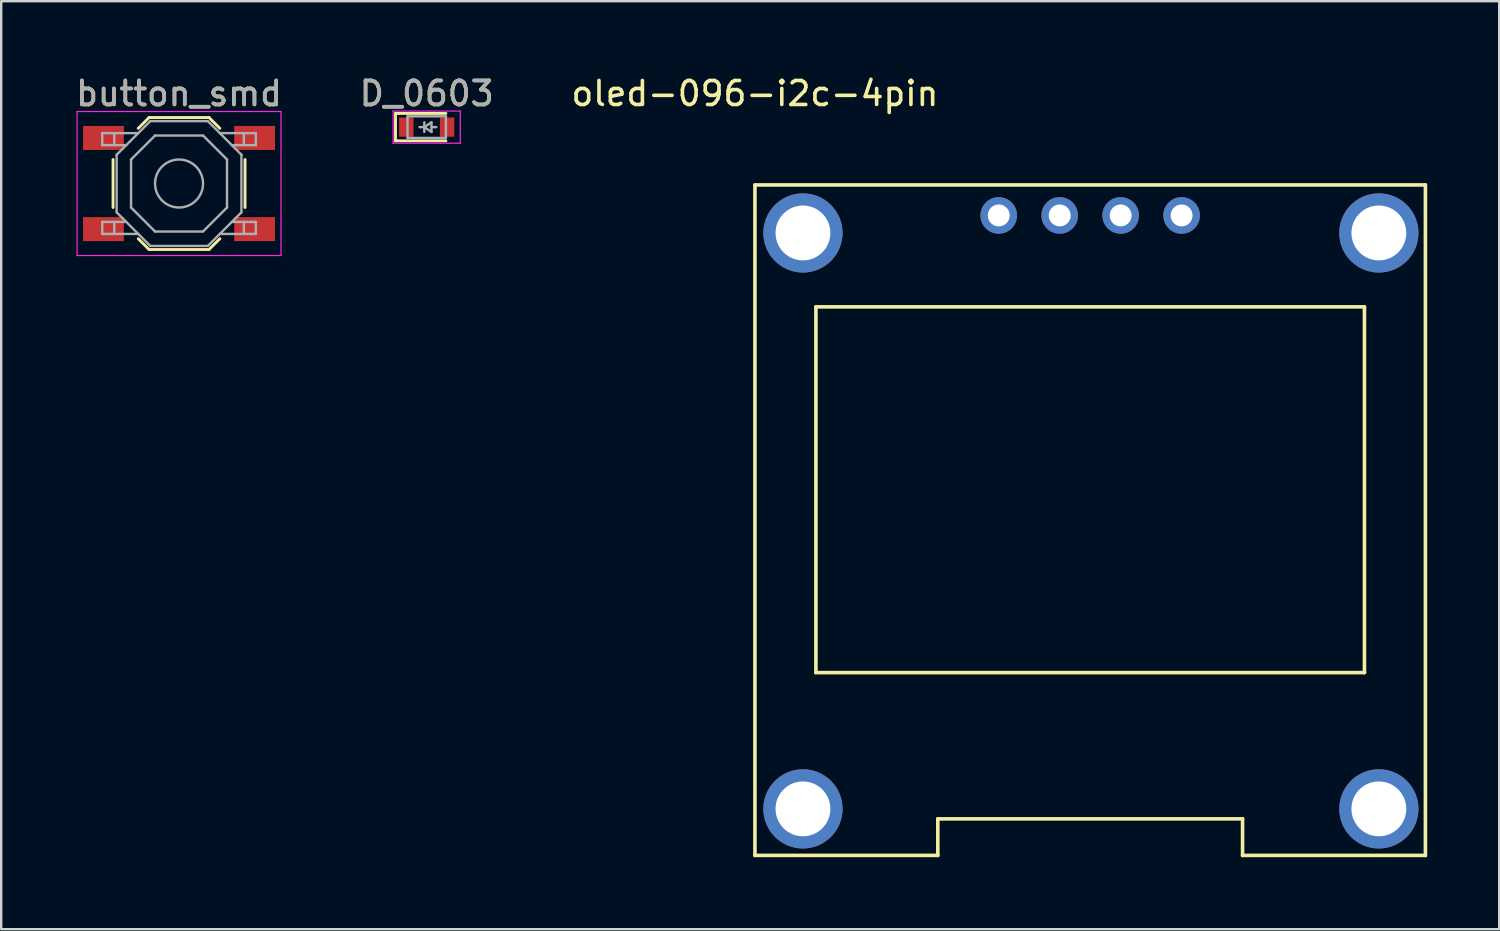
<source format=kicad_pcb>
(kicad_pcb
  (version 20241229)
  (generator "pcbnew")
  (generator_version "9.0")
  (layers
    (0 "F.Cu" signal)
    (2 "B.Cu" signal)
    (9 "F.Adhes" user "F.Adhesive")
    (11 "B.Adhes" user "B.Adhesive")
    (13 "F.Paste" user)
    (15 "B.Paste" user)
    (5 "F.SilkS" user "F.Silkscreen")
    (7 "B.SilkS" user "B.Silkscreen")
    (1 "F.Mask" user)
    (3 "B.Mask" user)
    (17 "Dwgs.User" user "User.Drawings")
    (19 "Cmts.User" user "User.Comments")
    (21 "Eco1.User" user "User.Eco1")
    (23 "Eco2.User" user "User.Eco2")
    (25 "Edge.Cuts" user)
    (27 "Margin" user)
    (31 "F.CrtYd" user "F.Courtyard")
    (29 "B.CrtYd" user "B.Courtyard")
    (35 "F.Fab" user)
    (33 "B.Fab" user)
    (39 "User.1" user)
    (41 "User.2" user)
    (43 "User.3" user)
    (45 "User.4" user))
  (footprint "button_smd"
    (layer "F.Cu")
    (at 4.411 4.598)
    (property "Reference" "button_smd" (at 0 -3.75 0) (layer "F.SilkS") (effects (font (size 1 1) (thickness 0.15))))
    (attr smd)
    (fp_line (start -2.75 -1) (end -2.75 1) (stroke (width 0.12) (type solid)) (layer "F.SilkS"))
    (fp_line (start -1.7 -2.3) (end -1.25 -2.75) (stroke (width 0.12) (type solid)) (layer "F.SilkS"))
    (fp_line (start -1.7 2.3) (end -1.25 2.75) (stroke (width 0.12) (type solid)) (layer "F.SilkS"))
    (fp_line (start -1.25 -2.75) (end 1.25 -2.75) (stroke (width 0.12) (type solid)) (layer "F.SilkS"))
    (fp_line (start -1.25 2.75) (end 1.25 2.75) (stroke (width 0.12) (type solid)) (layer "F.SilkS"))
    (fp_line (start 1.7 -2.3) (end 1.25 -2.75) (stroke (width 0.12) (type solid)) (layer "F.SilkS"))
    (fp_line (start 1.7 2.3) (end 1.25 2.75) (stroke (width 0.12) (type solid)) (layer "F.SilkS"))
    (fp_line (start 2.75 -1) (end 2.75 1) (stroke (width 0.12) (type solid)) (layer "F.SilkS"))
    (fp_line (start -4.25 -3) (end 4.25 -3) (stroke (width 0.05) (type solid)) (layer "F.CrtYd"))
    (fp_line (start -4.25 3) (end -4.25 -3) (stroke (width 0.05) (type solid)) (layer "F.CrtYd"))
    (fp_line (start 4.25 -3) (end 4.25 3) (stroke (width 0.05) (type solid)) (layer "F.CrtYd"))
    (fp_line (start 4.25 3) (end -4.25 3) (stroke (width 0.05) (type solid)) (layer "F.CrtYd"))
    (fp_line (start -3.2 -2.1) (end -3.2 -1.6) (stroke (width 0.1) (type solid)) (layer "F.Fab"))
    (fp_line (start -3.2 -1.6) (end -2.2 -1.6) (stroke (width 0.1) (type solid)) (layer "F.Fab"))
    (fp_line (start -3.2 1.6) (end -2.2 1.6) (stroke (width 0.1) (type solid)) (layer "F.Fab"))
    (fp_line (start -3.2 2.1) (end -3.2 1.6) (stroke (width 0.1) (type solid)) (layer "F.Fab"))
    (fp_line (start -2.7 -2.1) (end -2.7 -1.6) (stroke (width 0.1) (type solid)) (layer "F.Fab"))
    (fp_line (start -2.7 2.1) (end -2.7 1.6) (stroke (width 0.1) (type solid)) (layer "F.Fab"))
    (fp_line (start -2.6 -1.2) (end -2.6 1.2) (stroke (width 0.1) (type solid)) (layer "F.Fab"))
    (fp_line (start -2.6 1.2) (end -1.2 2.6) (stroke (width 0.1) (type solid)) (layer "F.Fab"))
    (fp_line (start -2 -1) (end -1 -2) (stroke (width 0.1) (type solid)) (layer "F.Fab"))
    (fp_line (start -2 1) (end -2 -1) (stroke (width 0.1) (type solid)) (layer "F.Fab"))
    (fp_line (start -1.7 -2.1) (end -3.2 -2.1) (stroke (width 0.1) (type solid)) (layer "F.Fab"))
    (fp_line (start -1.7 2.1) (end -3.2 2.1) (stroke (width 0.1) (type solid)) (layer "F.Fab"))
    (fp_line (start -1.2 -2.6) (end -2.6 -1.2) (stroke (width 0.1) (type solid)) (layer "F.Fab"))
    (fp_line (start -1.2 2.6) (end 1.2 2.6) (stroke (width 0.1) (type solid)) (layer "F.Fab"))
    (fp_line (start -1 -2) (end 1 -2) (stroke (width 0.1) (type solid)) (layer "F.Fab"))
    (fp_line (start -1 2) (end -2 1) (stroke (width 0.1) (type solid)) (layer "F.Fab"))
    (fp_line (start 1 -2) (end 2 -1) (stroke (width 0.1) (type solid)) (layer "F.Fab"))
    (fp_line (start 1 2) (end -1 2) (stroke (width 0.1) (type solid)) (layer "F.Fab"))
    (fp_line (start 1.2 -2.6) (end -1.2 -2.6) (stroke (width 0.1) (type solid)) (layer "F.Fab"))
    (fp_line (start 1.2 2.6) (end 2.6 1.2) (stroke (width 0.1) (type solid)) (layer "F.Fab"))
    (fp_line (start 1.7 -2.1) (end 3.2 -2.1) (stroke (width 0.1) (type solid)) (layer "F.Fab"))
    (fp_line (start 1.7 2.1) (end 3.2 2.1) (stroke (width 0.1) (type solid)) (layer "F.Fab"))
    (fp_line (start 2 -1) (end 2 1) (stroke (width 0.1) (type solid)) (layer "F.Fab"))
    (fp_line (start 2 1) (end 1 2) (stroke (width 0.1) (type solid)) (layer "F.Fab"))
    (fp_line (start 2.6 -1.2) (end 1.2 -2.6) (stroke (width 0.1) (type solid)) (layer "F.Fab"))
    (fp_line (start 2.6 1.2) (end 2.6 -1.2) (stroke (width 0.1) (type solid)) (layer "F.Fab"))
    (fp_line (start 2.7 -2.1) (end 2.7 -1.6) (stroke (width 0.1) (type solid)) (layer "F.Fab"))
    (fp_line (start 2.7 2.1) (end 2.7 1.6) (stroke (width 0.1) (type solid)) (layer "F.Fab"))
    (fp_line (start 3.2 -2.1) (end 3.2 -1.6) (stroke (width 0.1) (type solid)) (layer "F.Fab"))
    (fp_line (start 3.2 -1.6) (end 2.2 -1.6) (stroke (width 0.1) (type solid)) (layer "F.Fab"))
    (fp_line (start 3.2 1.6) (end 2.2 1.6) (stroke (width 0.1) (type solid)) (layer "F.Fab"))
    (fp_line (start 3.2 2.1) (end 3.2 1.6) (stroke (width 0.1) (type solid)) (layer "F.Fab"))
    (fp_circle (center 0 0) (end 1 0) (stroke (width 0.1) (type solid)) (fill no) (layer "F.Fab"))
    (fp_text user "${REFERENCE}" (at 0 -3.75 0) (layer "F.Fab") (effects (font (size 1 1) (thickness 0.15))))
    (pad "1" smd rect (at -3.15 -1.9) (size 1.7 1) (layers "F.Cu" "F.Mask" "F.Paste"))
    (pad "1" smd rect (at 3.15 -1.9) (size 1.7 1) (layers "F.Cu" "F.Mask" "F.Paste"))
    (pad "2" smd rect (at -3.15 1.9) (size 1.7 1) (layers "F.Cu" "F.Mask" "F.Paste"))
    (pad "2" smd rect (at 3.15 1.9) (size 1.7 1) (layers "F.Cu" "F.Mask" "F.Paste")))
  (footprint "D_0603"
    (layer "F.Cu")
    (at 14.732 2.248)
    (property "Reference" "D_0603" (at 0 -1.4 0) (layer "F.SilkS") (effects (font (size 1 1) (thickness 0.15))))
    (attr smd)
    (fp_line (start -1.3 -0.57) (end -1.3 0.57) (stroke (width 0.12) (type solid)) (layer "F.SilkS"))
    (fp_line (start -1.3 -0.57) (end 0.8 -0.57) (stroke (width 0.12) (type solid)) (layer "F.SilkS"))
    (fp_line (start -1.3 0.57) (end 0.8 0.57) (stroke (width 0.12) (type solid)) (layer "F.SilkS"))
    (fp_line (start -1.4 -0.67) (end -1.4 0.67) (stroke (width 0.05) (type solid)) (layer "F.CrtYd"))
    (fp_line (start -1.4 0.67) (end 1.4 0.67) (stroke (width 0.05) (type solid)) (layer "F.CrtYd"))
    (fp_line (start 1.4 -0.67) (end -1.4 -0.67) (stroke (width 0.05) (type solid)) (layer "F.CrtYd"))
    (fp_line (start 1.4 0.67) (end 1.4 -0.67) (stroke (width 0.05) (type solid)) (layer "F.CrtYd"))
    (fp_line (start -0.8 -0.45) (end 0.8 -0.45) (stroke (width 0.1) (type solid)) (layer "F.Fab"))
    (fp_line (start -0.8 0.45) (end -0.8 -0.45) (stroke (width 0.1) (type solid)) (layer "F.Fab"))
    (fp_line (start -0.1 -0.2) (end -0.1 0.2) (stroke (width 0.1) (type solid)) (layer "F.Fab"))
    (fp_line (start -0.1 0) (end -0.3 0) (stroke (width 0.1) (type solid)) (layer "F.Fab"))
    (fp_line (start -0.1 0) (end 0.2 0.2) (stroke (width 0.1) (type solid)) (layer "F.Fab"))
    (fp_line (start 0.2 -0.2) (end -0.1 0) (stroke (width 0.1) (type solid)) (layer "F.Fab"))
    (fp_line (start 0.2 0) (end 0.4 0) (stroke (width 0.1) (type solid)) (layer "F.Fab"))
    (fp_line (start 0.2 0.2) (end 0.2 -0.2) (stroke (width 0.1) (type solid)) (layer "F.Fab"))
    (fp_line (start 0.8 -0.45) (end 0.8 0.45) (stroke (width 0.1) (type solid)) (layer "F.Fab"))
    (fp_line (start 0.8 0.45) (end -0.8 0.45) (stroke (width 0.1) (type solid)) (layer "F.Fab"))
    (fp_text user "${REFERENCE}" (at 0 -1.4 0) (layer "F.Fab") (effects (font (size 1 1) (thickness 0.15))))
    (pad "1" smd rect (at -0.85 0) (size 0.6 0.8) (layers "F.Cu" "F.Mask" "F.Paste"))
    (pad "2" smd rect (at 0.85 0) (size 0.6 0.8) (layers "F.Cu" "F.Mask" "F.Paste")))
  (footprint "oled-096-i2c-4pin"
    (layer "F.Cu")
    (at 28.411 4.658)
    (property "Reference" "oled-096-i2c-4pin" (at 0 -3.81 0) (layer "F.SilkS") (effects (font (size 1 1) (thickness 0.15))))
    (attr through_hole)
    (fp_line (start 0 0) (end 0 27.94) (stroke (width 0.15) (type solid)) (layer "F.SilkS"))
    (fp_line (start 0 0) (end 27.94 0) (stroke (width 0.15) (type solid)) (layer "F.SilkS"))
    (fp_line (start 0 27.94) (end 7.62 27.94) (stroke (width 0.15) (type solid)) (layer "F.SilkS"))
    (fp_line (start 2.54 5.08) (end 25.4 5.08) (stroke (width 0.15) (type solid)) (layer "F.SilkS"))
    (fp_line (start 2.54 20.32) (end 2.54 5.08) (stroke (width 0.15) (type solid)) (layer "F.SilkS"))
    (fp_line (start 7.62 26.416) (end 20.32 26.416) (stroke (width 0.15) (type solid)) (layer "F.SilkS"))
    (fp_line (start 7.62 27.94) (end 7.62 26.416) (stroke (width 0.15) (type solid)) (layer "F.SilkS"))
    (fp_line (start 20.32 26.416) (end 20.32 27.94) (stroke (width 0.15) (type solid)) (layer "F.SilkS"))
    (fp_line (start 20.32 27.94) (end 27.94 27.94) (stroke (width 0.15) (type solid)) (layer "F.SilkS"))
    (fp_line (start 25.4 5.08) (end 25.4 20.32) (stroke (width 0.15) (type solid)) (layer "F.SilkS"))
    (fp_line (start 25.4 20.32) (end 2.54 20.32) (stroke (width 0.15) (type solid)) (layer "F.SilkS"))
    (fp_line (start 27.94 27.94) (end 27.94 0) (stroke (width 0.15) (type solid)) (layer "F.SilkS"))
    (pad "" thru_hole circle (at 2 2) (size 3.302 3.302) (drill 2.286) (layers "*.Cu" "*.Mask"))
    (pad "" thru_hole circle (at 2 26) (size 3.302 3.302) (drill 2.286) (layers "*.Cu" "*.Mask"))
    (pad "" thru_hole circle (at 26 2) (size 3.302 3.302) (drill 2.286) (layers "*.Cu" "*.Mask"))
    (pad "" thru_hole circle (at 26 26) (size 3.302 3.302) (drill 2.286) (layers "*.Cu" "*.Mask"))
    (pad "1" thru_hole circle (at 10.16 1.27) (size 1.524 1.524) (drill 0.914) (layers "*.Cu" "*.Mask"))
    (pad "2" thru_hole circle (at 12.7 1.27) (size 1.524 1.524) (drill 0.914) (layers "*.Cu" "*.Mask"))
    (pad "3" thru_hole circle (at 15.24 1.27) (size 1.524 1.524) (drill 0.914) (layers "*.Cu" "*.Mask"))
    (pad "4" thru_hole circle (at 17.78 1.27) (size 1.524 1.524) (drill 0.914) (layers "*.Cu" "*.Mask")))
  (gr_rect
    (start -3 -3)
    (end 59.426 35.673)
    (stroke (width 0.1) (type default))
    (fill no)
    (layer "Edge.Cuts")))
</source>
